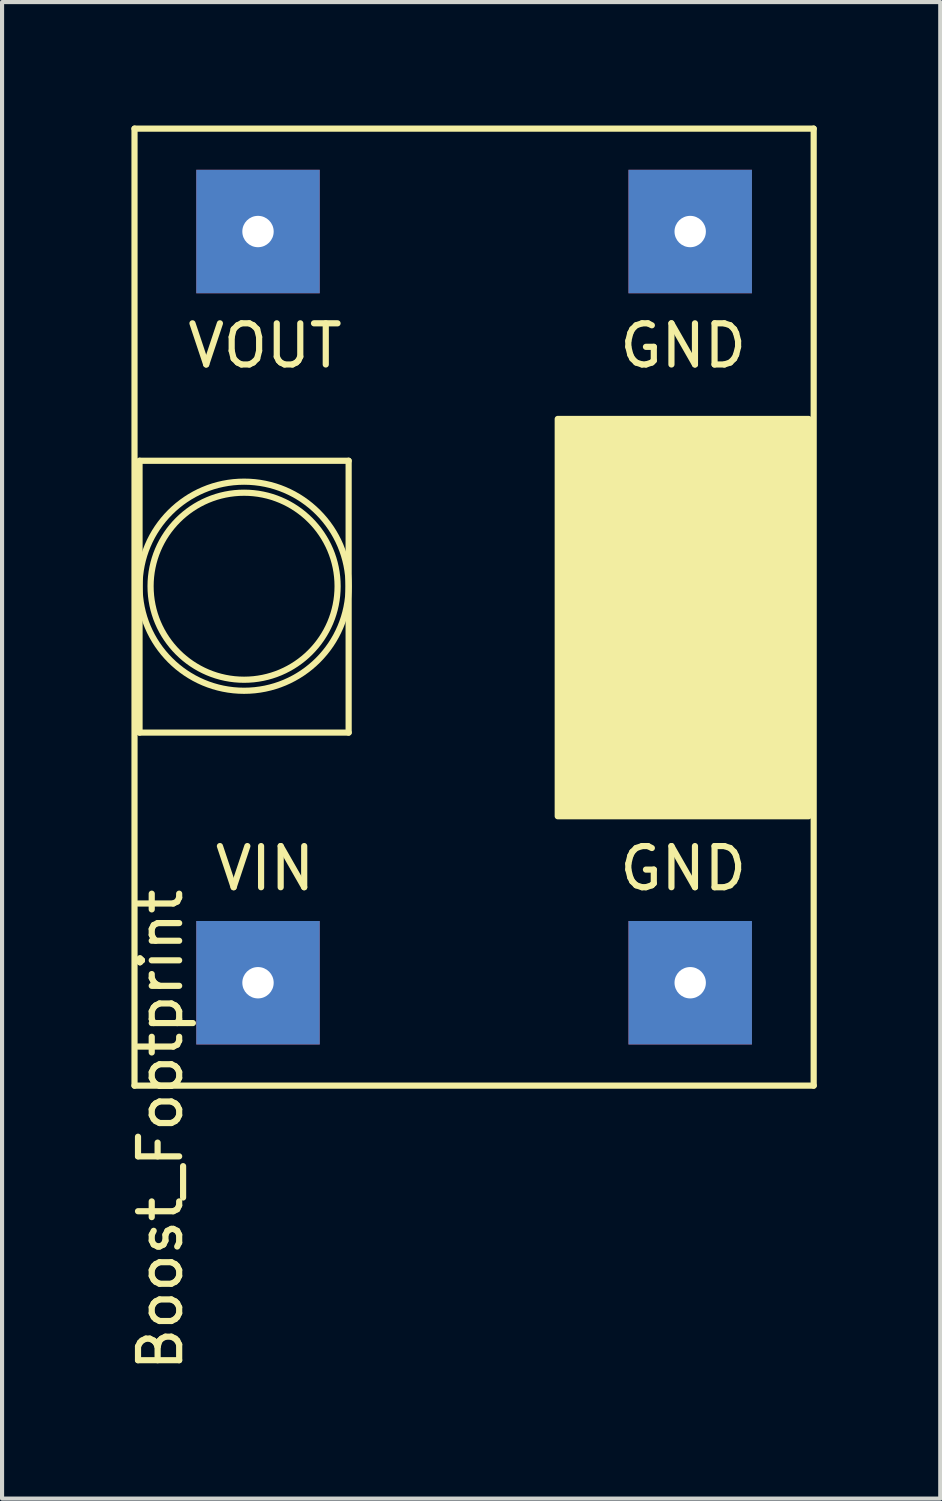
<source format=kicad_pcb>
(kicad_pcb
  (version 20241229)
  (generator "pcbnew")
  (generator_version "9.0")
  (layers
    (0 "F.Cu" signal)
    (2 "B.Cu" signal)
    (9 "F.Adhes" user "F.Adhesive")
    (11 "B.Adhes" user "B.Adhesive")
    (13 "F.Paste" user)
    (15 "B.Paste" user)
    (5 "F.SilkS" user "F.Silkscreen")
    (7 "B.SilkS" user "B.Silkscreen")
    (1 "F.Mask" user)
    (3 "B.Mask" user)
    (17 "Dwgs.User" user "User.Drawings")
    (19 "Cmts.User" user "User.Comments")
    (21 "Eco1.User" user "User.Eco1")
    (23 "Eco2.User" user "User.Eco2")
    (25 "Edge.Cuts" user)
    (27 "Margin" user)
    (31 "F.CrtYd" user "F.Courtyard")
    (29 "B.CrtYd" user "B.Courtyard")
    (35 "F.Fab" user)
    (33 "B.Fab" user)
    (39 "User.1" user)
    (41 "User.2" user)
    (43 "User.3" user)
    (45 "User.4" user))
  (footprint "Boost_Footprint"
    (layer "F.Cu")
    (at 8.468 11.7)
    (property "Reference" "Boost_Footprint" (at -7.62 12.7 90) (layer "F.SilkS") (effects (font (size 1 1) (thickness 0.15))))
    (attr through_hole)
    (fp_line (start -8.25 -11.625) (end 8.25 -11.625) (stroke (width 0.15) (type solid)) (layer "F.SilkS"))
    (fp_line (start -8.25 11.625) (end -8.25 -11.625) (stroke (width 0.15) (type solid)) (layer "F.SilkS"))
    (fp_line (start -8.128 -3.556) (end -8.128 3.048) (stroke (width 0.15) (type solid)) (layer "F.SilkS"))
    (fp_line (start -8.128 3.048) (end -3.048 3.048) (stroke (width 0.15) (type solid)) (layer "F.SilkS"))
    (fp_line (start -3.048 -3.556) (end -8.128 -3.556) (stroke (width 0.15) (type solid)) (layer "F.SilkS"))
    (fp_line (start -3.048 3.048) (end -3.048 -3.556) (stroke (width 0.15) (type solid)) (layer "F.SilkS"))
    (fp_line (start 8.25 -11.625) (end 8.25 11.625) (stroke (width 0.15) (type solid)) (layer "F.SilkS"))
    (fp_line (start 8.25 11.625) (end -8.25 11.625) (stroke (width 0.15) (type solid)) (layer "F.SilkS"))
    (fp_circle (center -5.588 -0.508) (end -3.556 0.508) (stroke (width 0.15) (type solid)) (fill no) (layer "F.SilkS"))
    (fp_circle (center -5.588 -0.508) (end -3.556 1.016) (stroke (width 0.15) (type solid)) (fill no) (layer "F.SilkS"))
    (fp_poly (pts (xy 8.128 -4.572) (xy 2.032 -4.572) (xy 2.032 5.08) (xy 8.128 5.08)) (stroke (width 0.15) (type solid)) (fill yes) (layer "F.SilkS"))
    (fp_text user "GND" (at 5.08 6.35 0) (layer "F.SilkS") (effects (font (size 1 1) (thickness 0.15))))
    (fp_text user "GND" (at 5.08 -6.35 0) (layer "F.SilkS") (effects (font (size 1 1) (thickness 0.15))))
    (fp_text user "VOUT" (at -5.08 -6.35 0) (layer "F.SilkS") (effects (font (size 1 1) (thickness 0.15))))
    (fp_text user "VIN" (at -5.08 6.35 0) (layer "F.SilkS") (effects (font (size 1 1) (thickness 0.15))))
    (pad "1" thru_hole rect (at -5.25 9.125) (size 3 3) (drill 0.762) (layers "*.Cu" "*.Mask"))
    (pad "2" thru_hole rect (at 5.25 9.125) (size 3 3) (drill 0.762) (layers "*.Cu" "*.Mask"))
    (pad "3" thru_hole rect (at -5.25 -9.125) (size 3 3) (drill 0.762) (layers "*.Cu" "*.Mask"))
    (pad "4" thru_hole rect (at 5.25 -9.125) (size 3 3) (drill 0.762) (layers "*.Cu" "*.Mask")))
  (gr_rect
    (start -3 -3)
    (end 19.793 33.358)
    (stroke (width 0.1) (type default))
    (fill no)
    (layer "Edge.Cuts")))
</source>
